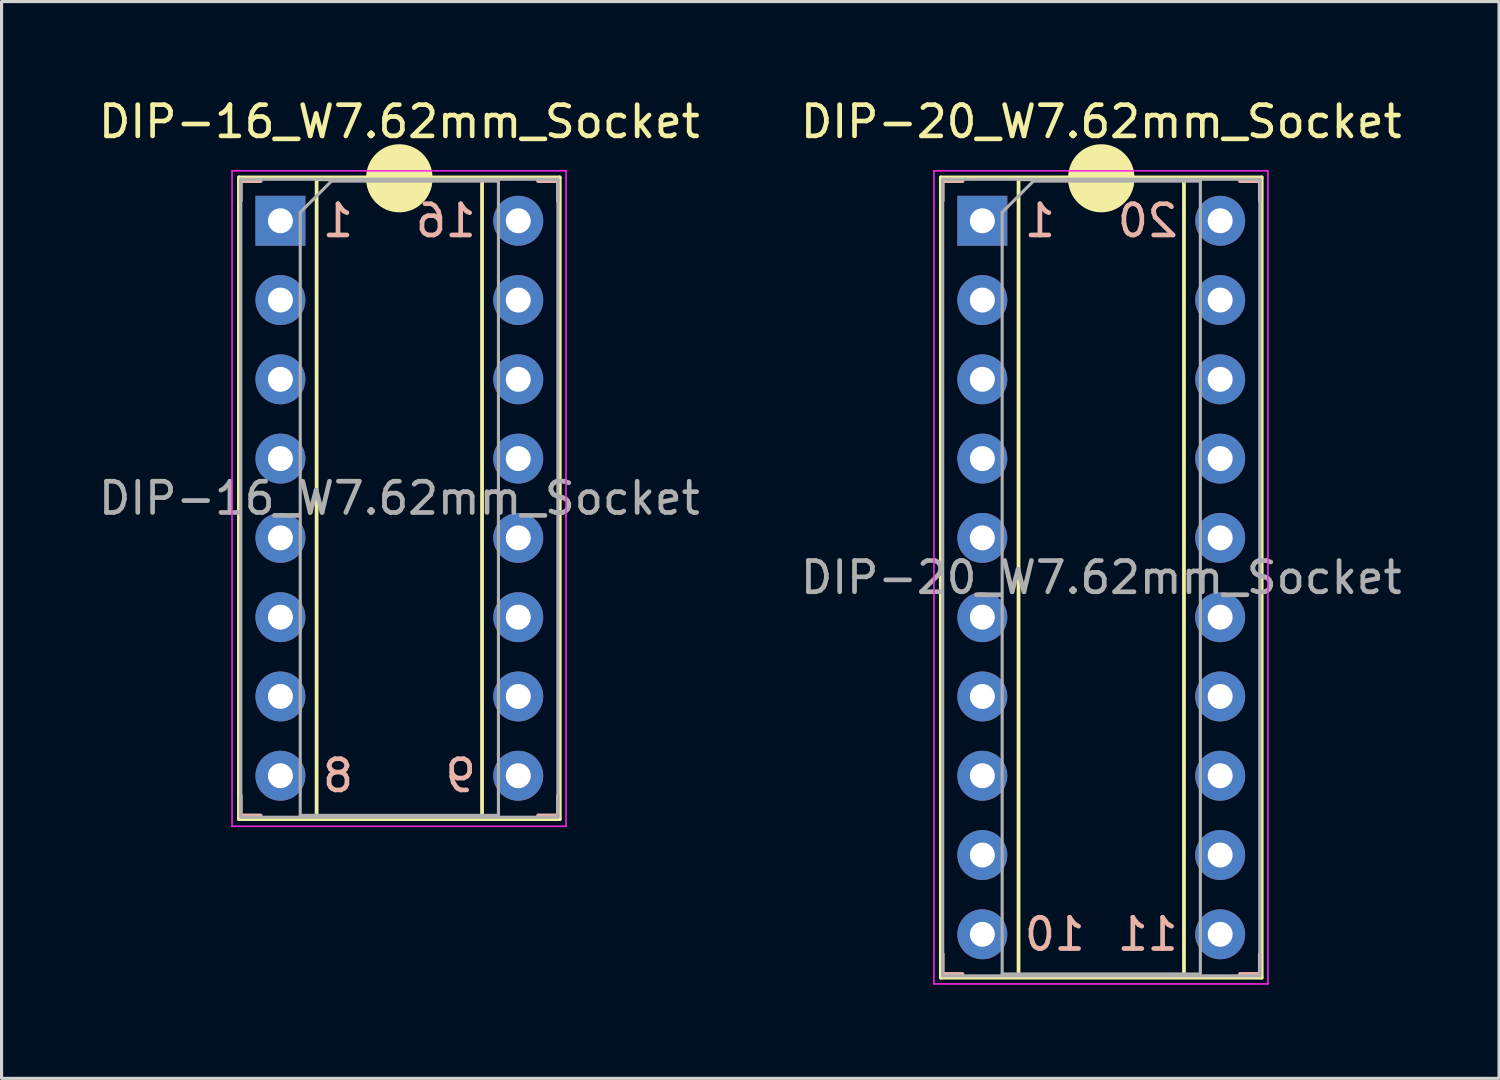
<source format=kicad_pcb>
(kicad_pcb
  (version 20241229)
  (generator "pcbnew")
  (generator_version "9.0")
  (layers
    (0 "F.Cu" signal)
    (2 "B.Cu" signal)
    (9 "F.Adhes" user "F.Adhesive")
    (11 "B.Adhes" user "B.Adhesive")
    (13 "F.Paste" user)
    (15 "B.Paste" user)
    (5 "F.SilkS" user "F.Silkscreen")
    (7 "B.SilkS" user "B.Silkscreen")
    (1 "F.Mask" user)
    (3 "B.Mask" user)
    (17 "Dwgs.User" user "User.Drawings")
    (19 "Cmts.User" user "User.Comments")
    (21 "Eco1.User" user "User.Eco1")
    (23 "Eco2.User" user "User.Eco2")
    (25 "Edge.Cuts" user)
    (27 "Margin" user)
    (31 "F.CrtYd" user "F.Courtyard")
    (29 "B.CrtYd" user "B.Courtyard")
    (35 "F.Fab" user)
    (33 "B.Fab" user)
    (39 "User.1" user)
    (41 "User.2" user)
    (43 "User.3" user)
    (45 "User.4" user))
  (footprint "DIP-20_W7.62mm_Socket"
    (layer "F.Cu")
    (at 28.422 4.023)
    (property "Reference" "DIP-20_W7.62mm_Socket" (at 3.81 -3.175 0) (layer "F.SilkS") (effects (font (size 1 1) (thickness 0.15))))
    (attr through_hole)
    (fp_line (start -1.33 -1.39) (end -1.33 24.25) (stroke (width 0.12) (type solid)) (layer "F.SilkS"))
    (fp_line (start -1.33 24.25) (end 8.95 24.25) (stroke (width 0.12) (type solid)) (layer "F.SilkS"))
    (fp_line (start 1.16 -1.33) (end 1.16 24.19) (stroke (width 0.12) (type solid)) (layer "F.SilkS"))
    (fp_line (start 1.16 24.19) (end 6.46 24.19) (stroke (width 0.12) (type solid)) (layer "F.SilkS"))
    (fp_line (start 2.81 -1.33) (end 1.16 -1.33) (stroke (width 0.12) (type solid)) (layer "F.SilkS"))
    (fp_line (start 6.46 -1.33) (end 4.81 -1.33) (stroke (width 0.12) (type solid)) (layer "F.SilkS"))
    (fp_line (start 6.46 24.19) (end 6.46 -1.33) (stroke (width 0.12) (type solid)) (layer "F.SilkS"))
    (fp_line (start 8.95 -1.39) (end -1.33 -1.39) (stroke (width 0.12) (type solid)) (layer "F.SilkS"))
    (fp_line (start 8.95 24.25) (end 8.95 -1.39) (stroke (width 0.12) (type solid)) (layer "F.SilkS"))
    (fp_arc (start 4.81 -1.33) (mid 3.81 -0.33) (end 2.81 -1.33) (stroke (width 0.12) (type solid)) (layer "F.SilkS"))
    (fp_circle (center 3.81 -1.39) (end 4.812 -1.39) (stroke (width 0.12) (type solid)) (fill yes) (layer "F.SilkS"))
    (fp_line (start -1.27 -1.27) (end -0.635 -1.27) (stroke (width 0.12) (type solid)) (layer "B.SilkS"))
    (fp_line (start -1.27 -0.635) (end -1.27 -1.27) (stroke (width 0.12) (type solid)) (layer "B.SilkS"))
    (fp_line (start -1.27 23.495) (end -1.27 24.13) (stroke (width 0.12) (type solid)) (layer "B.SilkS"))
    (fp_line (start -1.27 24.13) (end -0.635 24.13) (stroke (width 0.12) (type solid)) (layer "B.SilkS"))
    (fp_line (start 8.255 -1.27) (end 8.89 -1.27) (stroke (width 0.12) (type solid)) (layer "B.SilkS"))
    (fp_line (start 8.89 -1.27) (end 8.89 -0.635) (stroke (width 0.12) (type solid)) (layer "B.SilkS"))
    (fp_line (start 8.89 23.495) (end 8.89 24.13) (stroke (width 0.12) (type solid)) (layer "B.SilkS"))
    (fp_line (start 8.89 24.13) (end 8.255 24.13) (stroke (width 0.12) (type solid)) (layer "B.SilkS"))
    (fp_line (start -1.55 -1.6) (end -1.55 24.45) (stroke (width 0.05) (type solid)) (layer "F.CrtYd"))
    (fp_line (start -1.55 24.45) (end 9.15 24.45) (stroke (width 0.05) (type solid)) (layer "F.CrtYd"))
    (fp_line (start 9.15 -1.6) (end -1.55 -1.6) (stroke (width 0.05) (type solid)) (layer "F.CrtYd"))
    (fp_line (start 9.15 24.45) (end 9.15 -1.6) (stroke (width 0.05) (type solid)) (layer "F.CrtYd"))
    (fp_line (start -1.27 -1.33) (end -1.27 24.19) (stroke (width 0.1) (type solid)) (layer "F.Fab"))
    (fp_line (start -1.27 24.19) (end 8.89 24.19) (stroke (width 0.1) (type solid)) (layer "F.Fab"))
    (fp_line (start 0.635 -0.27) (end 1.635 -1.27) (stroke (width 0.1) (type solid)) (layer "F.Fab"))
    (fp_line (start 0.635 24.13) (end 0.635 -0.27) (stroke (width 0.1) (type solid)) (layer "F.Fab"))
    (fp_line (start 1.635 -1.27) (end 6.985 -1.27) (stroke (width 0.1) (type solid)) (layer "F.Fab"))
    (fp_line (start 6.985 -1.27) (end 6.985 24.13) (stroke (width 0.1) (type solid)) (layer "F.Fab"))
    (fp_line (start 6.985 24.13) (end 0.635 24.13) (stroke (width 0.1) (type solid)) (layer "F.Fab"))
    (fp_line (start 8.89 -1.33) (end -1.27 -1.33) (stroke (width 0.1) (type solid)) (layer "F.Fab"))
    (fp_line (start 8.89 24.19) (end 8.89 -1.33) (stroke (width 0.1) (type solid)) (layer "F.Fab"))
    (fp_text user "11" (at 6.35 22.86 0) (unlocked yes) (layer "B.SilkS") (effects (font (size 1 1) (thickness 0.15)) (justify left mirror)))
    (fp_text user "20" (at 6.35 0 0) (unlocked yes) (layer "B.SilkS") (effects (font (size 1 1) (thickness 0.15)) (justify left mirror)))
    (fp_text user "10" (at 1.27 22.86 0) (unlocked yes) (layer "B.SilkS") (effects (font (size 1 1) (thickness 0.15)) (justify right mirror)))
    (fp_text user "1" (at 1.27 0 0) (unlocked yes) (layer "B.SilkS") (effects (font (size 1 1) (thickness 0.15)) (justify right mirror)))
    (fp_text user "${REFERENCE}" (at 3.81 11.43 0) (layer "F.Fab") (effects (font (size 1 1) (thickness 0.15))))
    (pad "1" thru_hole rect (at 0 0) (size 1.6 1.6) (drill 0.8) (layers "*.Cu" "*.Mask"))
    (pad "2" thru_hole oval (at 0 2.54) (size 1.6 1.6) (drill 0.8) (layers "*.Cu" "*.Mask"))
    (pad "3" thru_hole oval (at 0 5.08) (size 1.6 1.6) (drill 0.8) (layers "*.Cu" "*.Mask"))
    (pad "4" thru_hole oval (at 0 7.62) (size 1.6 1.6) (drill 0.8) (layers "*.Cu" "*.Mask"))
    (pad "5" thru_hole oval (at 0 10.16) (size 1.6 1.6) (drill 0.8) (layers "*.Cu" "*.Mask"))
    (pad "6" thru_hole oval (at 0 12.7) (size 1.6 1.6) (drill 0.8) (layers "*.Cu" "*.Mask"))
    (pad "7" thru_hole oval (at 0 15.24) (size 1.6 1.6) (drill 0.8) (layers "*.Cu" "*.Mask"))
    (pad "8" thru_hole oval (at 0 17.78) (size 1.6 1.6) (drill 0.8) (layers "*.Cu" "*.Mask"))
    (pad "9" thru_hole oval (at 0 20.32) (size 1.6 1.6) (drill 0.8) (layers "*.Cu" "*.Mask"))
    (pad "10" thru_hole oval (at 0 22.86) (size 1.6 1.6) (drill 0.8) (layers "*.Cu" "*.Mask"))
    (pad "11" thru_hole oval (at 7.62 22.86) (size 1.6 1.6) (drill 0.8) (layers "*.Cu" "*.Mask"))
    (pad "12" thru_hole oval (at 7.62 20.32) (size 1.6 1.6) (drill 0.8) (layers "*.Cu" "*.Mask"))
    (pad "13" thru_hole oval (at 7.62 17.78) (size 1.6 1.6) (drill 0.8) (layers "*.Cu" "*.Mask"))
    (pad "14" thru_hole oval (at 7.62 15.24) (size 1.6 1.6) (drill 0.8) (layers "*.Cu" "*.Mask"))
    (pad "15" thru_hole oval (at 7.62 12.7) (size 1.6 1.6) (drill 0.8) (layers "*.Cu" "*.Mask"))
    (pad "16" thru_hole oval (at 7.62 10.16) (size 1.6 1.6) (drill 0.8) (layers "*.Cu" "*.Mask"))
    (pad "17" thru_hole oval (at 7.62 7.62) (size 1.6 1.6) (drill 0.8) (layers "*.Cu" "*.Mask"))
    (pad "18" thru_hole oval (at 7.62 5.08) (size 1.6 1.6) (drill 0.8) (layers "*.Cu" "*.Mask"))
    (pad "19" thru_hole oval (at 7.62 2.54) (size 1.6 1.6) (drill 0.8) (layers "*.Cu" "*.Mask"))
    (pad "20" thru_hole oval (at 7.62 0) (size 1.6 1.6) (drill 0.8) (layers "*.Cu" "*.Mask")))
  (footprint "DIP-16_W7.62mm_Socket"
    (layer "F.Cu")
    (at 5.934 4.023)
    (property "Reference" "DIP-16_W7.62mm_Socket" (at 3.81 -3.175 0) (layer "F.SilkS") (effects (font (size 1 1) (thickness 0.15))))
    (attr through_hole)
    (fp_line (start -1.33 -1.39) (end -1.33 19.17) (stroke (width 0.12) (type solid)) (layer "F.SilkS"))
    (fp_line (start -1.33 19.17) (end 8.95 19.17) (stroke (width 0.12) (type solid)) (layer "F.SilkS"))
    (fp_line (start 1.16 -1.33) (end 1.16 19.11) (stroke (width 0.12) (type solid)) (layer "F.SilkS"))
    (fp_line (start 1.16 19.11) (end 6.46 19.11) (stroke (width 0.12) (type solid)) (layer "F.SilkS"))
    (fp_line (start 2.81 -1.33) (end 1.16 -1.33) (stroke (width 0.12) (type solid)) (layer "F.SilkS"))
    (fp_line (start 6.46 -1.33) (end 4.81 -1.33) (stroke (width 0.12) (type solid)) (layer "F.SilkS"))
    (fp_line (start 6.46 19.11) (end 6.46 -1.33) (stroke (width 0.12) (type solid)) (layer "F.SilkS"))
    (fp_line (start 8.95 -1.39) (end -1.33 -1.39) (stroke (width 0.12) (type solid)) (layer "F.SilkS"))
    (fp_line (start 8.95 19.17) (end 8.95 -1.39) (stroke (width 0.12) (type solid)) (layer "F.SilkS"))
    (fp_arc (start 4.81 -1.33) (mid 3.81 -0.33) (end 2.81 -1.33) (stroke (width 0.12) (type solid)) (layer "F.SilkS"))
    (fp_circle (center 3.81 -1.39) (end 4.812 -1.39) (stroke (width 0.12) (type solid)) (fill yes) (layer "F.SilkS"))
    (fp_line (start -1.27 -1.27) (end -0.635 -1.27) (stroke (width 0.12) (type solid)) (layer "B.SilkS"))
    (fp_line (start -1.27 -0.635) (end -1.27 -1.27) (stroke (width 0.12) (type solid)) (layer "B.SilkS"))
    (fp_line (start -1.27 18.415) (end -1.27 19.05) (stroke (width 0.12) (type solid)) (layer "B.SilkS"))
    (fp_line (start -1.27 19.05) (end -0.635 19.05) (stroke (width 0.12) (type solid)) (layer "B.SilkS"))
    (fp_line (start 8.255 -1.27) (end 8.89 -1.27) (stroke (width 0.12) (type solid)) (layer "B.SilkS"))
    (fp_line (start 8.89 -1.27) (end 8.89 -0.635) (stroke (width 0.12) (type solid)) (layer "B.SilkS"))
    (fp_line (start 8.89 18.415) (end 8.89 19.05) (stroke (width 0.12) (type solid)) (layer "B.SilkS"))
    (fp_line (start 8.89 19.05) (end 8.255 19.05) (stroke (width 0.12) (type solid)) (layer "B.SilkS"))
    (fp_line (start -1.55 -1.6) (end -1.55 19.4) (stroke (width 0.05) (type solid)) (layer "F.CrtYd"))
    (fp_line (start -1.55 19.4) (end 9.15 19.4) (stroke (width 0.05) (type solid)) (layer "F.CrtYd"))
    (fp_line (start 9.15 -1.6) (end -1.55 -1.6) (stroke (width 0.05) (type solid)) (layer "F.CrtYd"))
    (fp_line (start 9.15 19.4) (end 9.15 -1.6) (stroke (width 0.05) (type solid)) (layer "F.CrtYd"))
    (fp_line (start -1.27 -1.33) (end -1.27 19.11) (stroke (width 0.1) (type solid)) (layer "F.Fab"))
    (fp_line (start -1.27 19.11) (end 8.89 19.11) (stroke (width 0.1) (type solid)) (layer "F.Fab"))
    (fp_line (start 0.635 -0.27) (end 1.635 -1.27) (stroke (width 0.1) (type solid)) (layer "F.Fab"))
    (fp_line (start 0.635 19.05) (end 0.635 -0.27) (stroke (width 0.1) (type solid)) (layer "F.Fab"))
    (fp_line (start 1.635 -1.27) (end 6.985 -1.27) (stroke (width 0.1) (type solid)) (layer "F.Fab"))
    (fp_line (start 6.985 -1.27) (end 6.985 19.05) (stroke (width 0.1) (type solid)) (layer "F.Fab"))
    (fp_line (start 6.985 19.05) (end 0.635 19.05) (stroke (width 0.1) (type solid)) (layer "F.Fab"))
    (fp_line (start 8.89 -1.33) (end -1.27 -1.33) (stroke (width 0.1) (type solid)) (layer "F.Fab"))
    (fp_line (start 8.89 19.11) (end 8.89 -1.33) (stroke (width 0.1) (type solid)) (layer "F.Fab"))
    (fp_text user "8" (at 1.27 17.78 0) (unlocked yes) (layer "B.SilkS") (effects (font (size 1 1) (thickness 0.15)) (justify right mirror)))
    (fp_text user "9" (at 6.35 17.78 0) (unlocked yes) (layer "B.SilkS") (effects (font (size 1 1) (thickness 0.15)) (justify left mirror)))
    (fp_text user "16" (at 6.35 0 0) (unlocked yes) (layer "B.SilkS") (effects (font (size 1 1) (thickness 0.15)) (justify left mirror)))
    (fp_text user "1" (at 1.27 0 0) (unlocked yes) (layer "B.SilkS") (effects (font (size 1 1) (thickness 0.15)) (justify right mirror)))
    (fp_text user "${REFERENCE}" (at 3.81 8.89 0) (layer "F.Fab") (effects (font (size 1 1) (thickness 0.15))))
    (pad "1" thru_hole rect (at 0 0) (size 1.6 1.6) (drill 0.8) (layers "*.Cu" "*.Mask"))
    (pad "2" thru_hole oval (at 0 2.54) (size 1.6 1.6) (drill 0.8) (layers "*.Cu" "*.Mask"))
    (pad "3" thru_hole oval (at 0 5.08) (size 1.6 1.6) (drill 0.8) (layers "*.Cu" "*.Mask"))
    (pad "4" thru_hole oval (at 0 7.62) (size 1.6 1.6) (drill 0.8) (layers "*.Cu" "*.Mask"))
    (pad "5" thru_hole oval (at 0 10.16) (size 1.6 1.6) (drill 0.8) (layers "*.Cu" "*.Mask"))
    (pad "6" thru_hole oval (at 0 12.7) (size 1.6 1.6) (drill 0.8) (layers "*.Cu" "*.Mask"))
    (pad "7" thru_hole oval (at 0 15.24) (size 1.6 1.6) (drill 0.8) (layers "*.Cu" "*.Mask"))
    (pad "8" thru_hole oval (at 0 17.78) (size 1.6 1.6) (drill 0.8) (layers "*.Cu" "*.Mask"))
    (pad "9" thru_hole oval (at 7.62 17.78) (size 1.6 1.6) (drill 0.8) (layers "*.Cu" "*.Mask"))
    (pad "10" thru_hole oval (at 7.62 15.24) (size 1.6 1.6) (drill 0.8) (layers "*.Cu" "*.Mask"))
    (pad "11" thru_hole oval (at 7.62 12.7) (size 1.6 1.6) (drill 0.8) (layers "*.Cu" "*.Mask"))
    (pad "12" thru_hole oval (at 7.62 10.16) (size 1.6 1.6) (drill 0.8) (layers "*.Cu" "*.Mask"))
    (pad "13" thru_hole oval (at 7.62 7.62) (size 1.6 1.6) (drill 0.8) (layers "*.Cu" "*.Mask"))
    (pad "14" thru_hole oval (at 7.62 5.08) (size 1.6 1.6) (drill 0.8) (layers "*.Cu" "*.Mask"))
    (pad "15" thru_hole oval (at 7.62 2.54) (size 1.6 1.6) (drill 0.8) (layers "*.Cu" "*.Mask"))
    (pad "16" thru_hole oval (at 7.62 0) (size 1.6 1.6) (drill 0.8) (layers "*.Cu" "*.Mask")))
  (gr_rect
    (start -3 -3)
    (end 44.976 31.498)
    (stroke (width 0.1) (type default))
    (fill no)
    (layer "Edge.Cuts")))
</source>
